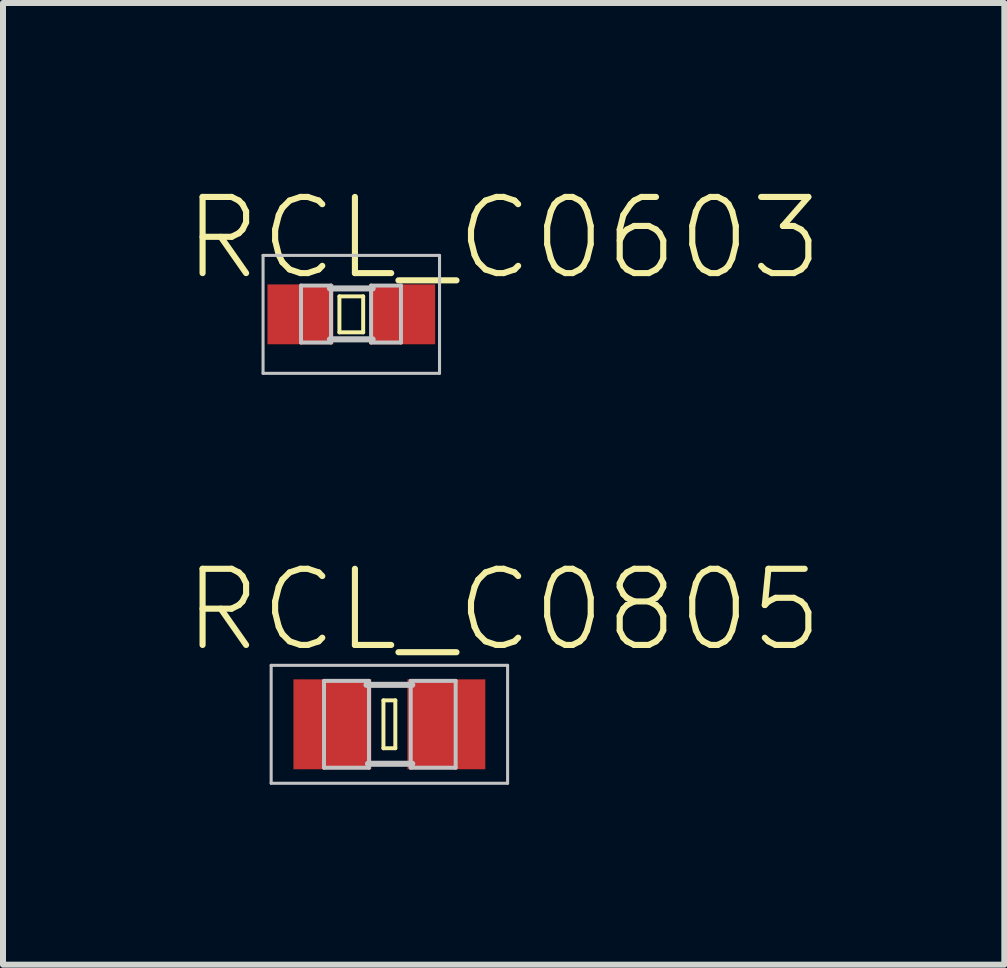
<source format=kicad_pcb>
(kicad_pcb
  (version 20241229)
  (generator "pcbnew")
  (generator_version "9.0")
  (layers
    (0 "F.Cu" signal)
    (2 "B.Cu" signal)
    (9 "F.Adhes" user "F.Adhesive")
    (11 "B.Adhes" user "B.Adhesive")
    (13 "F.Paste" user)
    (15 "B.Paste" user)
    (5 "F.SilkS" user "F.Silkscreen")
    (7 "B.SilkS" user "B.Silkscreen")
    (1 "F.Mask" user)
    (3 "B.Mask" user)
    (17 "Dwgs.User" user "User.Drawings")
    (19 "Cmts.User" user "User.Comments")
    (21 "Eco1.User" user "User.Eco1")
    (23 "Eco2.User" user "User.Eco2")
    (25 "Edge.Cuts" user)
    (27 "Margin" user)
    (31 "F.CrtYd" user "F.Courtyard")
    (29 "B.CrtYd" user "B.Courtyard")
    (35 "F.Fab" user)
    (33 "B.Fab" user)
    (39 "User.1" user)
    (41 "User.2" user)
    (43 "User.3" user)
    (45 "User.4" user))
  (footprint "RCL_C0603"
    (layer "F.Cu")
    (at 2.807 2.191)
    (property "Reference" "RCL_C0603" (at 2.54 -1.27 0) (layer "F.SilkS") (effects (font (size 1.27 1.27) (thickness 0.102))))
    (attr smd)
    (fp_line (start -0.198 -0.3) (end 0.198 -0.3) (stroke (width 0.066) (type solid)) (layer "F.SilkS"))
    (fp_line (start -0.198 0.3) (end -0.198 -0.3) (stroke (width 0.066) (type solid)) (layer "F.SilkS"))
    (fp_line (start -0.198 0.3) (end 0.198 0.3) (stroke (width 0.066) (type solid)) (layer "F.SilkS"))
    (fp_line (start 0.198 0.3) (end 0.198 -0.3) (stroke (width 0.066) (type solid)) (layer "F.SilkS"))
    (fp_line (start -1.471 -0.983) (end 1.471 -0.983) (stroke (width 0.051) (type solid)) (layer "Dwgs.User"))
    (fp_line (start -1.471 0.983) (end -1.471 -0.983) (stroke (width 0.051) (type solid)) (layer "Dwgs.User"))
    (fp_line (start -0.838 -0.48) (end -0.338 -0.48) (stroke (width 0.066) (type solid)) (layer "Dwgs.User"))
    (fp_line (start -0.838 0.47) (end -0.838 -0.48) (stroke (width 0.066) (type solid)) (layer "Dwgs.User"))
    (fp_line (start -0.838 0.47) (end -0.338 0.47) (stroke (width 0.066) (type solid)) (layer "Dwgs.User"))
    (fp_line (start -0.356 -0.432) (end 0.356 -0.432) (stroke (width 0.102) (type solid)) (layer "Dwgs.User"))
    (fp_line (start -0.356 0.417) (end 0.356 0.417) (stroke (width 0.102) (type solid)) (layer "Dwgs.User"))
    (fp_line (start -0.338 0.47) (end -0.338 -0.48) (stroke (width 0.066) (type solid)) (layer "Dwgs.User"))
    (fp_line (start 0.33 -0.48) (end 0.828 -0.48) (stroke (width 0.066) (type solid)) (layer "Dwgs.User"))
    (fp_line (start 0.33 0.47) (end 0.33 -0.48) (stroke (width 0.066) (type solid)) (layer "Dwgs.User"))
    (fp_line (start 0.33 0.47) (end 0.828 0.47) (stroke (width 0.066) (type solid)) (layer "Dwgs.User"))
    (fp_line (start 0.828 0.47) (end 0.828 -0.48) (stroke (width 0.066) (type solid)) (layer "Dwgs.User"))
    (fp_line (start 1.471 -0.983) (end 1.471 0.983) (stroke (width 0.051) (type solid)) (layer "Dwgs.User"))
    (fp_line (start 1.471 0.983) (end -1.471 0.983) (stroke (width 0.051) (type solid)) (layer "Dwgs.User"))
    (pad "1" smd rect (at -0.848 0) (size 1.1 0.998) (layers "F.Cu" "F.Mask" "F.Paste"))
    (pad "2" smd rect (at 0.848 0) (size 1.1 0.998) (layers "F.Cu" "F.Mask" "F.Paste")))
  (footprint "RCL_C0805"
    (layer "F.Cu")
    (at 3.442 9.026)
    (property "Reference" "RCL_C0805" (at 1.905 -1.905 0) (layer "F.SilkS") (effects (font (size 1.27 1.27) (thickness 0.102))))
    (attr smd)
    (fp_line (start -0.099 -0.399) (end 0.099 -0.399) (stroke (width 0.066) (type solid)) (layer "F.SilkS"))
    (fp_line (start -0.099 0.399) (end -0.099 -0.399) (stroke (width 0.066) (type solid)) (layer "F.SilkS"))
    (fp_line (start -0.099 0.399) (end 0.099 0.399) (stroke (width 0.066) (type solid)) (layer "F.SilkS"))
    (fp_line (start 0.099 0.399) (end 0.099 -0.399) (stroke (width 0.066) (type solid)) (layer "F.SilkS"))
    (fp_line (start -1.971 -0.983) (end 1.971 -0.983) (stroke (width 0.051) (type solid)) (layer "Dwgs.User"))
    (fp_line (start -1.971 0.983) (end -1.971 -0.983) (stroke (width 0.051) (type solid)) (layer "Dwgs.User"))
    (fp_line (start -1.09 -0.724) (end -0.34 -0.724) (stroke (width 0.066) (type solid)) (layer "Dwgs.User"))
    (fp_line (start -1.09 0.724) (end -1.09 -0.724) (stroke (width 0.066) (type solid)) (layer "Dwgs.User"))
    (fp_line (start -1.09 0.724) (end -0.34 0.724) (stroke (width 0.066) (type solid)) (layer "Dwgs.User"))
    (fp_line (start -0.381 -0.658) (end 0.381 -0.658) (stroke (width 0.102) (type solid)) (layer "Dwgs.User"))
    (fp_line (start -0.356 0.658) (end 0.381 0.658) (stroke (width 0.102) (type solid)) (layer "Dwgs.User"))
    (fp_line (start -0.34 0.724) (end -0.34 -0.724) (stroke (width 0.066) (type solid)) (layer "Dwgs.User"))
    (fp_line (start 0.356 -0.724) (end 1.105 -0.724) (stroke (width 0.066) (type solid)) (layer "Dwgs.User"))
    (fp_line (start 0.356 0.724) (end 0.356 -0.724) (stroke (width 0.066) (type solid)) (layer "Dwgs.User"))
    (fp_line (start 0.356 0.724) (end 1.105 0.724) (stroke (width 0.066) (type solid)) (layer "Dwgs.User"))
    (fp_line (start 1.105 0.724) (end 1.105 -0.724) (stroke (width 0.066) (type solid)) (layer "Dwgs.User"))
    (fp_line (start 1.971 -0.983) (end 1.971 0.983) (stroke (width 0.051) (type solid)) (layer "Dwgs.User"))
    (fp_line (start 1.971 0.983) (end -1.971 0.983) (stroke (width 0.051) (type solid)) (layer "Dwgs.User"))
    (pad "1" smd rect (at -0.95 0) (size 1.298 1.499) (layers "F.Cu" "F.Mask" "F.Paste"))
    (pad "2" smd rect (at 0.95 0) (size 1.298 1.499) (layers "F.Cu" "F.Mask" "F.Paste")))
  (gr_rect
    (start -3 -3)
    (end 13.695 13.034)
    (stroke (width 0.1) (type default))
    (fill no)
    (layer "Edge.Cuts")))
</source>
